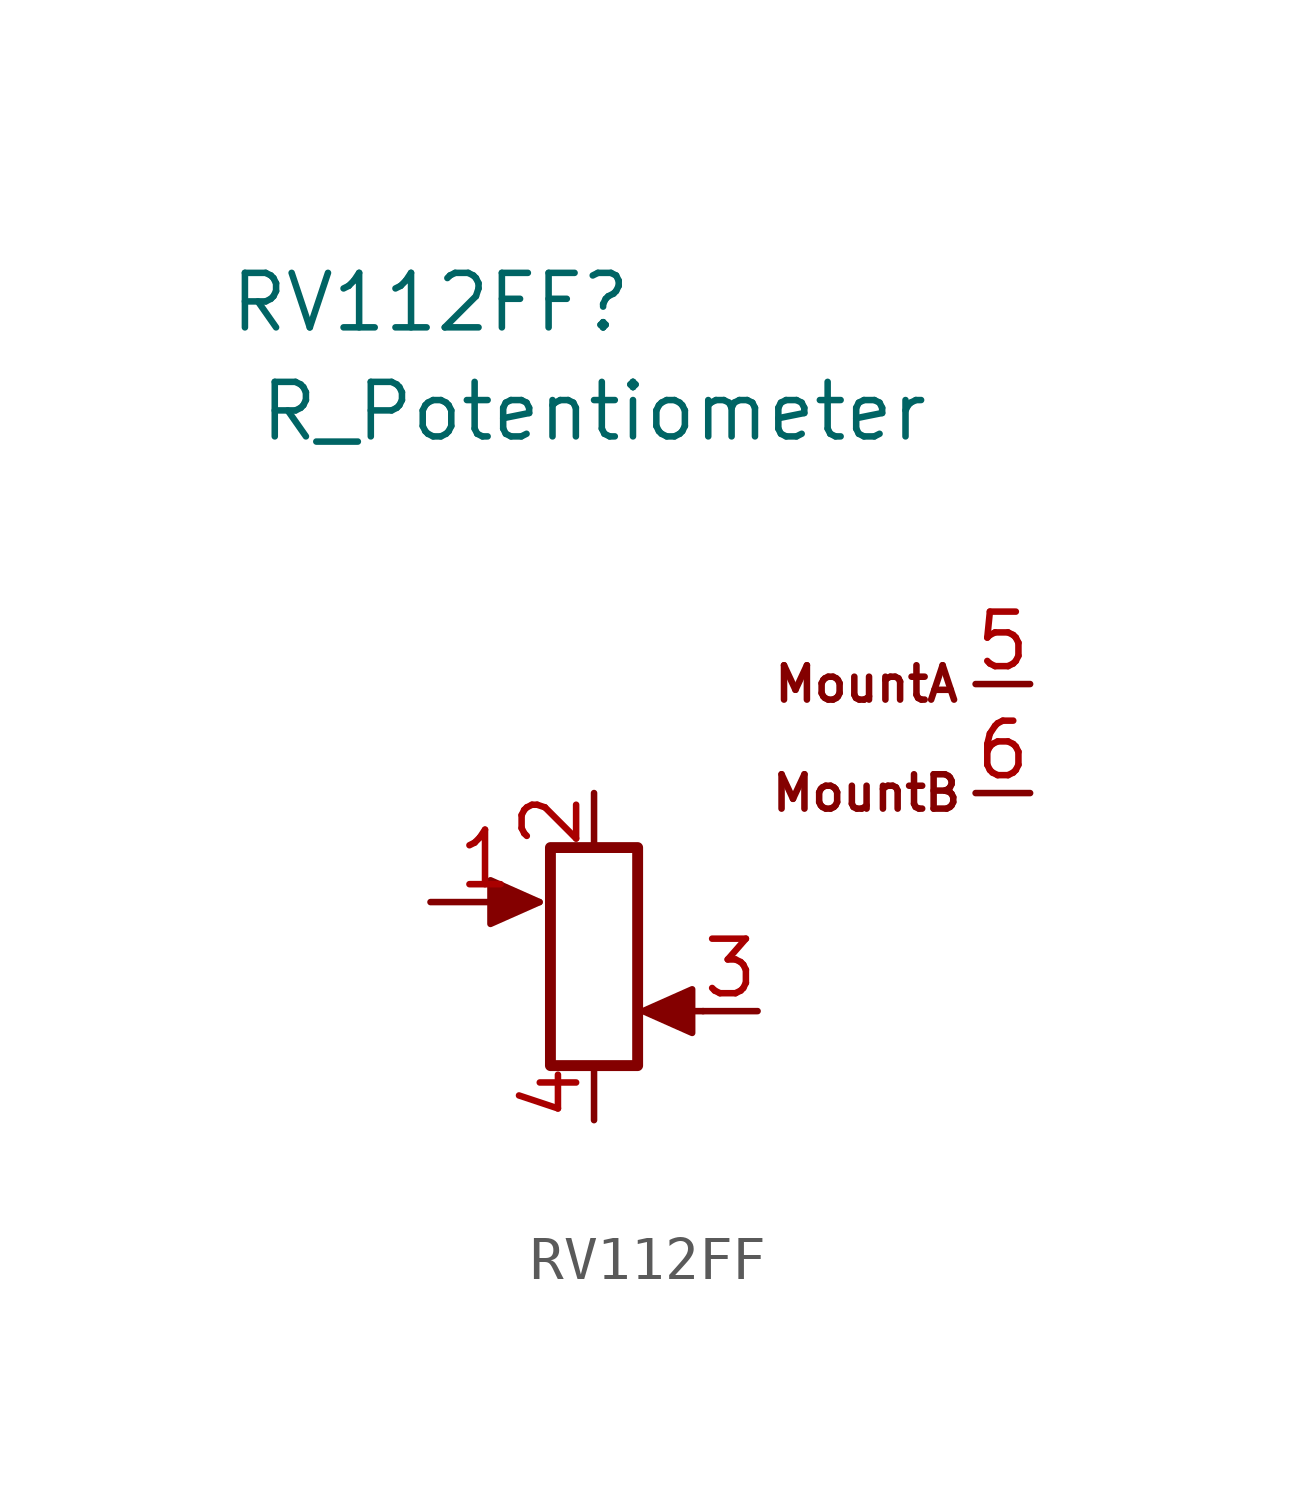
<source format=kicad_sym>
(kicad_symbol_lib
  (version 20220914)
  (generator kicad_symbol_editor)
  (symbol "RV112FF"
    (pin_names
      (offset 1.016) hide)
    (property "Reference" "RV112FF"
      (at -3.81 15.24 0)
      (effects (font (size 1.27 1.27))))
    (property "Value" "R_Potentiometer"
      (at 0 12.7 0)
      (effects (font (size 1.27 1.27))))
    (symbol "RV112FF_0_1"
      (rectangle (start -1.016 2.54) (end 1.016 -2.54) (stroke (width 0.254) (type default)) (fill (type none)))
      (polyline (pts (xy 2.54 -1.27) (xy 1.524 -1.27)) (stroke (width 0) (type default)) (fill (type none)))
      (polyline (pts (xy -1.27 1.27) (xy -2.413 0.762) (xy -2.413 1.778) (xy -1.27 1.27)) (stroke (width 0) (type default)) (fill (type outline)))
      (polyline (pts (xy 1.143 -1.27) (xy 2.286 -0.762) (xy 2.286 -1.778) (xy 1.143 -1.27)) (stroke (width 0) (type default)) (fill (type outline))))
    (symbol "RV112FF_1_1"
      (text "MountA" (at 6.35 6.35 0) (effects (font (size 0.8 0.8))))
      (text "MountB" (at 6.35 3.81 0) (effects (font (size 0.8 0.8))))
      (pin passive line (at -3.81 1.27 0) (length 2.54) (name "TAP1" (effects (font (size 1.27 1.27)))) (number "1" (effects (font (size 1.27 1.27)))))
      (pin passive line (at 0 3.81 270) (length 1.27) (name "A" (effects (font (size 1.27 1.27)))) (number "2" (effects (font (size 1.27 1.27)))))
      (pin passive line (at 3.81 -1.27 180) (length 1.27) (name "TAP2" (effects (font (size 1.27 1.27)))) (number "3" (effects (font (size 1.27 1.27)))))
      (pin passive line (at 0 -3.81 90) (length 1.27) (name "B" (effects (font (size 1.27 1.27)))) (number "4" (effects (font (size 1.27 1.27)))))
      (pin passive line (at 10.16 6.35 180) (length 1.27) (name "MountA" (effects (font (size 1.27 1.27)))) (number "5" (effects (font (size 1.27 1.27)))))
      (pin passive line (at 10.16 3.81 180) (length 1.27) (name "MountB" (effects (font (size 1.27 1.27)))) (number "6" (effects (font (size 1.27 1.27))))))))
</source>
